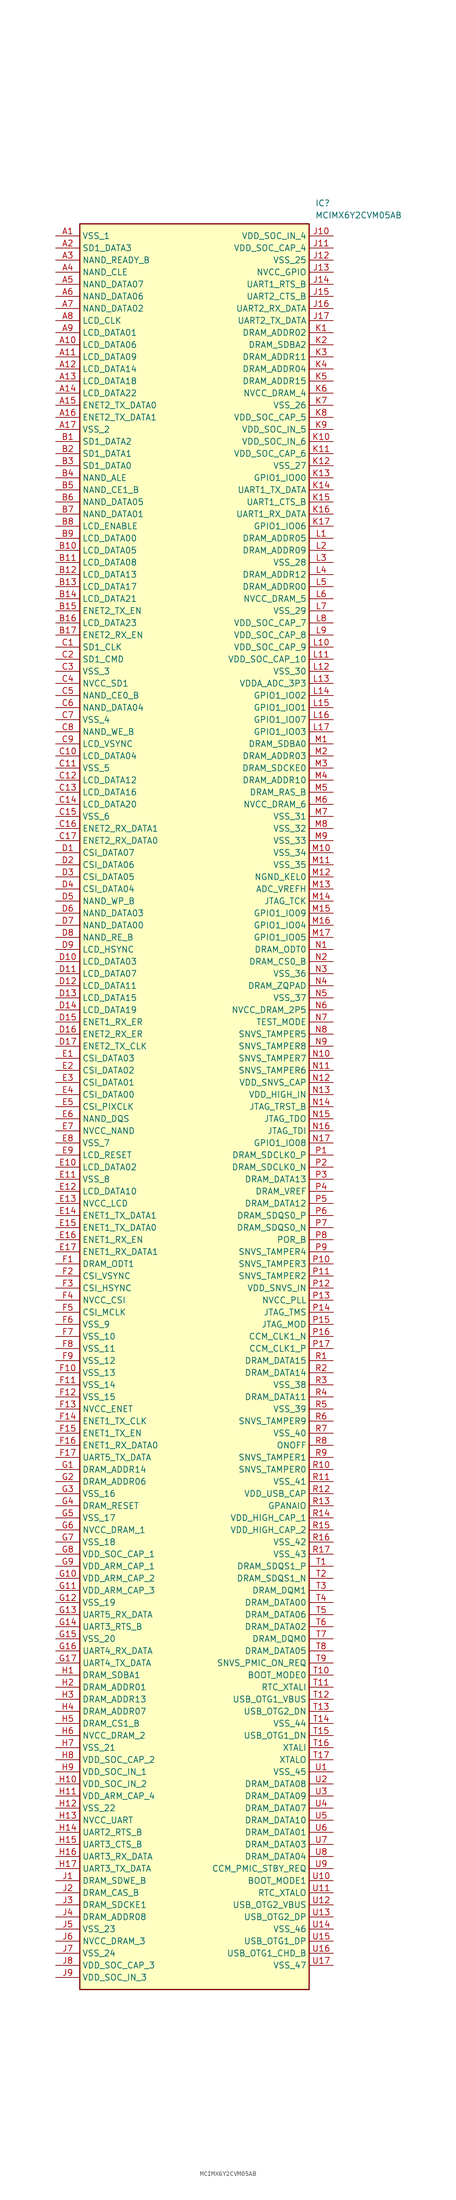
<source format=kicad_sym>
(kicad_symbol_lib
  (version 20241209)
  (generator "kicad_symbol_editor")
  (generator_version "9.0")
  (symbol "MCIMX6Y2CVM05AB"
    (property "Reference" "IC"
      (at 54.61 7.62 0)
      (effects (font (size 1.27 1.27)) (justify left top)))
    (property "Value" "MCIMX6Y2CVM05AB"
      (at 54.61 5.08 0)
      (effects (font (size 1.27 1.27)) (justify left top)))
    (symbol "MCIMX6Y2CVM05AB_1_1"
      (rectangle (start 5.08 2.54) (end 53.34 -368.3) (stroke (width 0.254) (type default)) (fill (type background)))
      (pin passive line (at 0 0 0) (length 5.08) (name "VSS_1" (effects (font (size 1.27 1.27)))) (number "A1" (effects (font (size 1.27 1.27)))))
      (pin passive line (at 0 -2.54 0) (length 5.08) (name "SD1_DATA3" (effects (font (size 1.27 1.27)))) (number "A2" (effects (font (size 1.27 1.27)))))
      (pin passive line (at 0 -5.08 0) (length 5.08) (name "NAND_READY_B" (effects (font (size 1.27 1.27)))) (number "A3" (effects (font (size 1.27 1.27)))))
      (pin passive line (at 0 -7.62 0) (length 5.08) (name "NAND_CLE" (effects (font (size 1.27 1.27)))) (number "A4" (effects (font (size 1.27 1.27)))))
      (pin passive line (at 0 -10.16 0) (length 5.08) (name "NAND_DATA07" (effects (font (size 1.27 1.27)))) (number "A5" (effects (font (size 1.27 1.27)))))
      (pin passive line (at 0 -12.7 0) (length 5.08) (name "NAND_DATA06" (effects (font (size 1.27 1.27)))) (number "A6" (effects (font (size 1.27 1.27)))))
      (pin passive line (at 0 -15.24 0) (length 5.08) (name "NAND_DATA02" (effects (font (size 1.27 1.27)))) (number "A7" (effects (font (size 1.27 1.27)))))
      (pin passive line (at 0 -17.78 0) (length 5.08) (name "LCD_CLK" (effects (font (size 1.27 1.27)))) (number "A8" (effects (font (size 1.27 1.27)))))
      (pin passive line (at 0 -20.32 0) (length 5.08) (name "LCD_DATA01" (effects (font (size 1.27 1.27)))) (number "A9" (effects (font (size 1.27 1.27)))))
      (pin passive line (at 0 -22.86 0) (length 5.08) (name "LCD_DATA06" (effects (font (size 1.27 1.27)))) (number "A10" (effects (font (size 1.27 1.27)))))
      (pin passive line (at 0 -25.4 0) (length 5.08) (name "LCD_DATA09" (effects (font (size 1.27 1.27)))) (number "A11" (effects (font (size 1.27 1.27)))))
      (pin passive line (at 0 -27.94 0) (length 5.08) (name "LCD_DATA14" (effects (font (size 1.27 1.27)))) (number "A12" (effects (font (size 1.27 1.27)))))
      (pin passive line (at 0 -30.48 0) (length 5.08) (name "LCD_DATA18" (effects (font (size 1.27 1.27)))) (number "A13" (effects (font (size 1.27 1.27)))))
      (pin passive line (at 0 -33.02 0) (length 5.08) (name "LCD_DATA22" (effects (font (size 1.27 1.27)))) (number "A14" (effects (font (size 1.27 1.27)))))
      (pin passive line (at 0 -35.56 0) (length 5.08) (name "ENET2_TX_DATA0" (effects (font (size 1.27 1.27)))) (number "A15" (effects (font (size 1.27 1.27)))))
      (pin passive line (at 0 -38.1 0) (length 5.08) (name "ENET2_TX_DATA1" (effects (font (size 1.27 1.27)))) (number "A16" (effects (font (size 1.27 1.27)))))
      (pin passive line (at 0 -40.64 0) (length 5.08) (name "VSS_2" (effects (font (size 1.27 1.27)))) (number "A17" (effects (font (size 1.27 1.27)))))
      (pin passive line (at 0 -43.18 0) (length 5.08) (name "SD1_DATA2" (effects (font (size 1.27 1.27)))) (number "B1" (effects (font (size 1.27 1.27)))))
      (pin passive line (at 0 -45.72 0) (length 5.08) (name "SD1_DATA1" (effects (font (size 1.27 1.27)))) (number "B2" (effects (font (size 1.27 1.27)))))
      (pin passive line (at 0 -48.26 0) (length 5.08) (name "SD1_DATA0" (effects (font (size 1.27 1.27)))) (number "B3" (effects (font (size 1.27 1.27)))))
      (pin passive line (at 0 -50.8 0) (length 5.08) (name "NAND_ALE" (effects (font (size 1.27 1.27)))) (number "B4" (effects (font (size 1.27 1.27)))))
      (pin passive line (at 0 -53.34 0) (length 5.08) (name "NAND_CE1_B" (effects (font (size 1.27 1.27)))) (number "B5" (effects (font (size 1.27 1.27)))))
      (pin passive line (at 0 -55.88 0) (length 5.08) (name "NAND_DATA05" (effects (font (size 1.27 1.27)))) (number "B6" (effects (font (size 1.27 1.27)))))
      (pin passive line (at 0 -58.42 0) (length 5.08) (name "NAND_DATA01" (effects (font (size 1.27 1.27)))) (number "B7" (effects (font (size 1.27 1.27)))))
      (pin passive line (at 0 -60.96 0) (length 5.08) (name "LCD_ENABLE" (effects (font (size 1.27 1.27)))) (number "B8" (effects (font (size 1.27 1.27)))))
      (pin passive line (at 0 -63.5 0) (length 5.08) (name "LCD_DATA00" (effects (font (size 1.27 1.27)))) (number "B9" (effects (font (size 1.27 1.27)))))
      (pin passive line (at 0 -66.04 0) (length 5.08) (name "LCD_DATA05" (effects (font (size 1.27 1.27)))) (number "B10" (effects (font (size 1.27 1.27)))))
      (pin passive line (at 0 -68.58 0) (length 5.08) (name "LCD_DATA08" (effects (font (size 1.27 1.27)))) (number "B11" (effects (font (size 1.27 1.27)))))
      (pin passive line (at 0 -71.12 0) (length 5.08) (name "LCD_DATA13" (effects (font (size 1.27 1.27)))) (number "B12" (effects (font (size 1.27 1.27)))))
      (pin passive line (at 0 -73.66 0) (length 5.08) (name "LCD_DATA17" (effects (font (size 1.27 1.27)))) (number "B13" (effects (font (size 1.27 1.27)))))
      (pin passive line (at 0 -76.2 0) (length 5.08) (name "LCD_DATA21" (effects (font (size 1.27 1.27)))) (number "B14" (effects (font (size 1.27 1.27)))))
      (pin passive line (at 0 -78.74 0) (length 5.08) (name "ENET2_TX_EN" (effects (font (size 1.27 1.27)))) (number "B15" (effects (font (size 1.27 1.27)))))
      (pin passive line (at 0 -81.28 0) (length 5.08) (name "LCD_DATA23" (effects (font (size 1.27 1.27)))) (number "B16" (effects (font (size 1.27 1.27)))))
      (pin passive line (at 0 -83.82 0) (length 5.08) (name "ENET2_RX_EN" (effects (font (size 1.27 1.27)))) (number "B17" (effects (font (size 1.27 1.27)))))
      (pin passive line (at 0 -86.36 0) (length 5.08) (name "SD1_CLK" (effects (font (size 1.27 1.27)))) (number "C1" (effects (font (size 1.27 1.27)))))
      (pin passive line (at 0 -88.9 0) (length 5.08) (name "SD1_CMD" (effects (font (size 1.27 1.27)))) (number "C2" (effects (font (size 1.27 1.27)))))
      (pin passive line (at 0 -91.44 0) (length 5.08) (name "VSS_3" (effects (font (size 1.27 1.27)))) (number "C3" (effects (font (size 1.27 1.27)))))
      (pin passive line (at 0 -93.98 0) (length 5.08) (name "NVCC_SD1" (effects (font (size 1.27 1.27)))) (number "C4" (effects (font (size 1.27 1.27)))))
      (pin passive line (at 0 -96.52 0) (length 5.08) (name "NAND_CE0_B" (effects (font (size 1.27 1.27)))) (number "C5" (effects (font (size 1.27 1.27)))))
      (pin passive line (at 0 -99.06 0) (length 5.08) (name "NAND_DATA04" (effects (font (size 1.27 1.27)))) (number "C6" (effects (font (size 1.27 1.27)))))
      (pin passive line (at 0 -101.6 0) (length 5.08) (name "VSS_4" (effects (font (size 1.27 1.27)))) (number "C7" (effects (font (size 1.27 1.27)))))
      (pin passive line (at 0 -104.14 0) (length 5.08) (name "NAND_WE_B" (effects (font (size 1.27 1.27)))) (number "C8" (effects (font (size 1.27 1.27)))))
      (pin passive line (at 0 -106.68 0) (length 5.08) (name "LCD_VSYNC" (effects (font (size 1.27 1.27)))) (number "C9" (effects (font (size 1.27 1.27)))))
      (pin passive line (at 0 -109.22 0) (length 5.08) (name "LCD_DATA04" (effects (font (size 1.27 1.27)))) (number "C10" (effects (font (size 1.27 1.27)))))
      (pin passive line (at 0 -111.76 0) (length 5.08) (name "VSS_5" (effects (font (size 1.27 1.27)))) (number "C11" (effects (font (size 1.27 1.27)))))
      (pin passive line (at 0 -114.3 0) (length 5.08) (name "LCD_DATA12" (effects (font (size 1.27 1.27)))) (number "C12" (effects (font (size 1.27 1.27)))))
      (pin passive line (at 0 -116.84 0) (length 5.08) (name "LCD_DATA16" (effects (font (size 1.27 1.27)))) (number "C13" (effects (font (size 1.27 1.27)))))
      (pin passive line (at 0 -119.38 0) (length 5.08) (name "LCD_DATA20" (effects (font (size 1.27 1.27)))) (number "C14" (effects (font (size 1.27 1.27)))))
      (pin passive line (at 0 -121.92 0) (length 5.08) (name "VSS_6" (effects (font (size 1.27 1.27)))) (number "C15" (effects (font (size 1.27 1.27)))))
      (pin passive line (at 0 -124.46 0) (length 5.08) (name "ENET2_RX_DATA1" (effects (font (size 1.27 1.27)))) (number "C16" (effects (font (size 1.27 1.27)))))
      (pin passive line (at 0 -127 0) (length 5.08) (name "ENET2_RX_DATA0" (effects (font (size 1.27 1.27)))) (number "C17" (effects (font (size 1.27 1.27)))))
      (pin passive line (at 0 -129.54 0) (length 5.08) (name "CSI_DATA07" (effects (font (size 1.27 1.27)))) (number "D1" (effects (font (size 1.27 1.27)))))
      (pin passive line (at 0 -132.08 0) (length 5.08) (name "CSI_DATA06" (effects (font (size 1.27 1.27)))) (number "D2" (effects (font (size 1.27 1.27)))))
      (pin passive line (at 0 -134.62 0) (length 5.08) (name "CSI_DATA05" (effects (font (size 1.27 1.27)))) (number "D3" (effects (font (size 1.27 1.27)))))
      (pin passive line (at 0 -137.16 0) (length 5.08) (name "CSI_DATA04" (effects (font (size 1.27 1.27)))) (number "D4" (effects (font (size 1.27 1.27)))))
      (pin passive line (at 0 -139.7 0) (length 5.08) (name "NAND_WP_B" (effects (font (size 1.27 1.27)))) (number "D5" (effects (font (size 1.27 1.27)))))
      (pin passive line (at 0 -142.24 0) (length 5.08) (name "NAND_DATA03" (effects (font (size 1.27 1.27)))) (number "D6" (effects (font (size 1.27 1.27)))))
      (pin passive line (at 0 -144.78 0) (length 5.08) (name "NAND_DATA00" (effects (font (size 1.27 1.27)))) (number "D7" (effects (font (size 1.27 1.27)))))
      (pin passive line (at 0 -147.32 0) (length 5.08) (name "NAND_RE_B" (effects (font (size 1.27 1.27)))) (number "D8" (effects (font (size 1.27 1.27)))))
      (pin passive line (at 0 -149.86 0) (length 5.08) (name "LCD_HSYNC" (effects (font (size 1.27 1.27)))) (number "D9" (effects (font (size 1.27 1.27)))))
      (pin passive line (at 0 -152.4 0) (length 5.08) (name "LCD_DATA03" (effects (font (size 1.27 1.27)))) (number "D10" (effects (font (size 1.27 1.27)))))
      (pin passive line (at 0 -154.94 0) (length 5.08) (name "LCD_DATA07" (effects (font (size 1.27 1.27)))) (number "D11" (effects (font (size 1.27 1.27)))))
      (pin passive line (at 0 -157.48 0) (length 5.08) (name "LCD_DATA11" (effects (font (size 1.27 1.27)))) (number "D12" (effects (font (size 1.27 1.27)))))
      (pin passive line (at 0 -160.02 0) (length 5.08) (name "LCD_DATA15" (effects (font (size 1.27 1.27)))) (number "D13" (effects (font (size 1.27 1.27)))))
      (pin passive line (at 0 -162.56 0) (length 5.08) (name "LCD_DATA19" (effects (font (size 1.27 1.27)))) (number "D14" (effects (font (size 1.27 1.27)))))
      (pin passive line (at 0 -165.1 0) (length 5.08) (name "ENET1_RX_ER" (effects (font (size 1.27 1.27)))) (number "D15" (effects (font (size 1.27 1.27)))))
      (pin passive line (at 0 -167.64 0) (length 5.08) (name "ENET2_RX_ER" (effects (font (size 1.27 1.27)))) (number "D16" (effects (font (size 1.27 1.27)))))
      (pin passive line (at 0 -170.18 0) (length 5.08) (name "ENET2_TX_CLK" (effects (font (size 1.27 1.27)))) (number "D17" (effects (font (size 1.27 1.27)))))
      (pin passive line (at 0 -172.72 0) (length 5.08) (name "CSI_DATA03" (effects (font (size 1.27 1.27)))) (number "E1" (effects (font (size 1.27 1.27)))))
      (pin passive line (at 0 -175.26 0) (length 5.08) (name "CSI_DATA02" (effects (font (size 1.27 1.27)))) (number "E2" (effects (font (size 1.27 1.27)))))
      (pin passive line (at 0 -177.8 0) (length 5.08) (name "CSI_DATA01" (effects (font (size 1.27 1.27)))) (number "E3" (effects (font (size 1.27 1.27)))))
      (pin passive line (at 0 -180.34 0) (length 5.08) (name "CSI_DATA00" (effects (font (size 1.27 1.27)))) (number "E4" (effects (font (size 1.27 1.27)))))
      (pin passive line (at 0 -182.88 0) (length 5.08) (name "CSI_PIXCLK" (effects (font (size 1.27 1.27)))) (number "E5" (effects (font (size 1.27 1.27)))))
      (pin passive line (at 0 -185.42 0) (length 5.08) (name "NAND_DQS" (effects (font (size 1.27 1.27)))) (number "E6" (effects (font (size 1.27 1.27)))))
      (pin passive line (at 0 -187.96 0) (length 5.08) (name "NVCC_NAND" (effects (font (size 1.27 1.27)))) (number "E7" (effects (font (size 1.27 1.27)))))
      (pin passive line (at 0 -190.5 0) (length 5.08) (name "VSS_7" (effects (font (size 1.27 1.27)))) (number "E8" (effects (font (size 1.27 1.27)))))
      (pin passive line (at 0 -193.04 0) (length 5.08) (name "LCD_RESET" (effects (font (size 1.27 1.27)))) (number "E9" (effects (font (size 1.27 1.27)))))
      (pin passive line (at 0 -195.58 0) (length 5.08) (name "LCD_DATA02" (effects (font (size 1.27 1.27)))) (number "E10" (effects (font (size 1.27 1.27)))))
      (pin passive line (at 0 -198.12 0) (length 5.08) (name "VSS_8" (effects (font (size 1.27 1.27)))) (number "E11" (effects (font (size 1.27 1.27)))))
      (pin passive line (at 0 -200.66 0) (length 5.08) (name "LCD_DATA10" (effects (font (size 1.27 1.27)))) (number "E12" (effects (font (size 1.27 1.27)))))
      (pin passive line (at 0 -203.2 0) (length 5.08) (name "NVCC_LCD" (effects (font (size 1.27 1.27)))) (number "E13" (effects (font (size 1.27 1.27)))))
      (pin passive line (at 0 -205.74 0) (length 5.08) (name "ENET1_TX_DATA1" (effects (font (size 1.27 1.27)))) (number "E14" (effects (font (size 1.27 1.27)))))
      (pin passive line (at 0 -208.28 0) (length 5.08) (name "ENET1_TX_DATA0" (effects (font (size 1.27 1.27)))) (number "E15" (effects (font (size 1.27 1.27)))))
      (pin passive line (at 0 -210.82 0) (length 5.08) (name "ENET1_RX_EN" (effects (font (size 1.27 1.27)))) (number "E16" (effects (font (size 1.27 1.27)))))
      (pin passive line (at 0 -213.36 0) (length 5.08) (name "ENET1_RX_DATA1" (effects (font (size 1.27 1.27)))) (number "E17" (effects (font (size 1.27 1.27)))))
      (pin passive line (at 0 -215.9 0) (length 5.08) (name "DRAM_ODT1" (effects (font (size 1.27 1.27)))) (number "F1" (effects (font (size 1.27 1.27)))))
      (pin passive line (at 0 -218.44 0) (length 5.08) (name "CSI_VSYNC" (effects (font (size 1.27 1.27)))) (number "F2" (effects (font (size 1.27 1.27)))))
      (pin passive line (at 0 -220.98 0) (length 5.08) (name "CSI_HSYNC" (effects (font (size 1.27 1.27)))) (number "F3" (effects (font (size 1.27 1.27)))))
      (pin passive line (at 0 -223.52 0) (length 5.08) (name "NVCC_CSI" (effects (font (size 1.27 1.27)))) (number "F4" (effects (font (size 1.27 1.27)))))
      (pin passive line (at 0 -226.06 0) (length 5.08) (name "CSI_MCLK" (effects (font (size 1.27 1.27)))) (number "F5" (effects (font (size 1.27 1.27)))))
      (pin passive line (at 0 -228.6 0) (length 5.08) (name "VSS_9" (effects (font (size 1.27 1.27)))) (number "F6" (effects (font (size 1.27 1.27)))))
      (pin passive line (at 0 -231.14 0) (length 5.08) (name "VSS_10" (effects (font (size 1.27 1.27)))) (number "F7" (effects (font (size 1.27 1.27)))))
      (pin passive line (at 0 -233.68 0) (length 5.08) (name "VSS_11" (effects (font (size 1.27 1.27)))) (number "F8" (effects (font (size 1.27 1.27)))))
      (pin passive line (at 0 -236.22 0) (length 5.08) (name "VSS_12" (effects (font (size 1.27 1.27)))) (number "F9" (effects (font (size 1.27 1.27)))))
      (pin passive line (at 0 -238.76 0) (length 5.08) (name "VSS_13" (effects (font (size 1.27 1.27)))) (number "F10" (effects (font (size 1.27 1.27)))))
      (pin passive line (at 0 -241.3 0) (length 5.08) (name "VSS_14" (effects (font (size 1.27 1.27)))) (number "F11" (effects (font (size 1.27 1.27)))))
      (pin passive line (at 0 -243.84 0) (length 5.08) (name "VSS_15" (effects (font (size 1.27 1.27)))) (number "F12" (effects (font (size 1.27 1.27)))))
      (pin passive line (at 0 -246.38 0) (length 5.08) (name "NVCC_ENET" (effects (font (size 1.27 1.27)))) (number "F13" (effects (font (size 1.27 1.27)))))
      (pin passive line (at 0 -248.92 0) (length 5.08) (name "ENET1_TX_CLK" (effects (font (size 1.27 1.27)))) (number "F14" (effects (font (size 1.27 1.27)))))
      (pin passive line (at 0 -251.46 0) (length 5.08) (name "ENET1_TX_EN" (effects (font (size 1.27 1.27)))) (number "F15" (effects (font (size 1.27 1.27)))))
      (pin passive line (at 0 -254 0) (length 5.08) (name "ENET1_RX_DATA0" (effects (font (size 1.27 1.27)))) (number "F16" (effects (font (size 1.27 1.27)))))
      (pin passive line (at 0 -256.54 0) (length 5.08) (name "UART5_TX_DATA" (effects (font (size 1.27 1.27)))) (number "F17" (effects (font (size 1.27 1.27)))))
      (pin passive line (at 0 -259.08 0) (length 5.08) (name "DRAM_ADDR14" (effects (font (size 1.27 1.27)))) (number "G1" (effects (font (size 1.27 1.27)))))
      (pin passive line (at 0 -261.62 0) (length 5.08) (name "DRAM_ADDR06" (effects (font (size 1.27 1.27)))) (number "G2" (effects (font (size 1.27 1.27)))))
      (pin passive line (at 0 -264.16 0) (length 5.08) (name "VSS_16" (effects (font (size 1.27 1.27)))) (number "G3" (effects (font (size 1.27 1.27)))))
      (pin passive line (at 0 -266.7 0) (length 5.08) (name "DRAM_RESET" (effects (font (size 1.27 1.27)))) (number "G4" (effects (font (size 1.27 1.27)))))
      (pin passive line (at 0 -269.24 0) (length 5.08) (name "VSS_17" (effects (font (size 1.27 1.27)))) (number "G5" (effects (font (size 1.27 1.27)))))
      (pin passive line (at 0 -271.78 0) (length 5.08) (name "NVCC_DRAM_1" (effects (font (size 1.27 1.27)))) (number "G6" (effects (font (size 1.27 1.27)))))
      (pin passive line (at 0 -274.32 0) (length 5.08) (name "VSS_18" (effects (font (size 1.27 1.27)))) (number "G7" (effects (font (size 1.27 1.27)))))
      (pin passive line (at 0 -276.86 0) (length 5.08) (name "VDD_SOC_CAP_1" (effects (font (size 1.27 1.27)))) (number "G8" (effects (font (size 1.27 1.27)))))
      (pin passive line (at 0 -279.4 0) (length 5.08) (name "VDD_ARM_CAP_1" (effects (font (size 1.27 1.27)))) (number "G9" (effects (font (size 1.27 1.27)))))
      (pin passive line (at 0 -281.94 0) (length 5.08) (name "VDD_ARM_CAP_2" (effects (font (size 1.27 1.27)))) (number "G10" (effects (font (size 1.27 1.27)))))
      (pin passive line (at 0 -284.48 0) (length 5.08) (name "VDD_ARM_CAP_3" (effects (font (size 1.27 1.27)))) (number "G11" (effects (font (size 1.27 1.27)))))
      (pin passive line (at 0 -287.02 0) (length 5.08) (name "VSS_19" (effects (font (size 1.27 1.27)))) (number "G12" (effects (font (size 1.27 1.27)))))
      (pin passive line (at 0 -289.56 0) (length 5.08) (name "UART5_RX_DATA" (effects (font (size 1.27 1.27)))) (number "G13" (effects (font (size 1.27 1.27)))))
      (pin passive line (at 0 -292.1 0) (length 5.08) (name "UART3_RTS_B" (effects (font (size 1.27 1.27)))) (number "G14" (effects (font (size 1.27 1.27)))))
      (pin passive line (at 0 -294.64 0) (length 5.08) (name "VSS_20" (effects (font (size 1.27 1.27)))) (number "G15" (effects (font (size 1.27 1.27)))))
      (pin passive line (at 0 -297.18 0) (length 5.08) (name "UART4_RX_DATA" (effects (font (size 1.27 1.27)))) (number "G16" (effects (font (size 1.27 1.27)))))
      (pin passive line (at 0 -299.72 0) (length 5.08) (name "UART4_TX_DATA" (effects (font (size 1.27 1.27)))) (number "G17" (effects (font (size 1.27 1.27)))))
      (pin passive line (at 0 -302.26 0) (length 5.08) (name "DRAM_SDBA1" (effects (font (size 1.27 1.27)))) (number "H1" (effects (font (size 1.27 1.27)))))
      (pin passive line (at 0 -304.8 0) (length 5.08) (name "DRAM_ADDR01" (effects (font (size 1.27 1.27)))) (number "H2" (effects (font (size 1.27 1.27)))))
      (pin passive line (at 0 -307.34 0) (length 5.08) (name "DRAM_ADDR13" (effects (font (size 1.27 1.27)))) (number "H3" (effects (font (size 1.27 1.27)))))
      (pin passive line (at 0 -309.88 0) (length 5.08) (name "DRAM_ADDR07" (effects (font (size 1.27 1.27)))) (number "H4" (effects (font (size 1.27 1.27)))))
      (pin passive line (at 0 -312.42 0) (length 5.08) (name "DRAM_CS1_B" (effects (font (size 1.27 1.27)))) (number "H5" (effects (font (size 1.27 1.27)))))
      (pin passive line (at 0 -314.96 0) (length 5.08) (name "NVCC_DRAM_2" (effects (font (size 1.27 1.27)))) (number "H6" (effects (font (size 1.27 1.27)))))
      (pin passive line (at 0 -317.5 0) (length 5.08) (name "VSS_21" (effects (font (size 1.27 1.27)))) (number "H7" (effects (font (size 1.27 1.27)))))
      (pin passive line (at 0 -320.04 0) (length 5.08) (name "VDD_SOC_CAP_2" (effects (font (size 1.27 1.27)))) (number "H8" (effects (font (size 1.27 1.27)))))
      (pin passive line (at 0 -322.58 0) (length 5.08) (name "VDD_SOC_IN_1" (effects (font (size 1.27 1.27)))) (number "H9" (effects (font (size 1.27 1.27)))))
      (pin passive line (at 0 -325.12 0) (length 5.08) (name "VDD_SOC_IN_2" (effects (font (size 1.27 1.27)))) (number "H10" (effects (font (size 1.27 1.27)))))
      (pin passive line (at 0 -327.66 0) (length 5.08) (name "VDD_ARM_CAP_4" (effects (font (size 1.27 1.27)))) (number "H11" (effects (font (size 1.27 1.27)))))
      (pin passive line (at 0 -330.2 0) (length 5.08) (name "VSS_22" (effects (font (size 1.27 1.27)))) (number "H12" (effects (font (size 1.27 1.27)))))
      (pin passive line (at 0 -332.74 0) (length 5.08) (name "NVCC_UART" (effects (font (size 1.27 1.27)))) (number "H13" (effects (font (size 1.27 1.27)))))
      (pin passive line (at 0 -335.28 0) (length 5.08) (name "UART2_RTS_B" (effects (font (size 1.27 1.27)))) (number "H14" (effects (font (size 1.27 1.27)))))
      (pin passive line (at 0 -337.82 0) (length 5.08) (name "UART3_CTS_B" (effects (font (size 1.27 1.27)))) (number "H15" (effects (font (size 1.27 1.27)))))
      (pin passive line (at 0 -340.36 0) (length 5.08) (name "UART3_RX_DATA" (effects (font (size 1.27 1.27)))) (number "H16" (effects (font (size 1.27 1.27)))))
      (pin passive line (at 0 -342.9 0) (length 5.08) (name "UART3_TX_DATA" (effects (font (size 1.27 1.27)))) (number "H17" (effects (font (size 1.27 1.27)))))
      (pin passive line (at 0 -345.44 0) (length 5.08) (name "DRAM_SDWE_B" (effects (font (size 1.27 1.27)))) (number "J1" (effects (font (size 1.27 1.27)))))
      (pin passive line (at 0 -347.98 0) (length 5.08) (name "DRAM_CAS_B" (effects (font (size 1.27 1.27)))) (number "J2" (effects (font (size 1.27 1.27)))))
      (pin passive line (at 0 -350.52 0) (length 5.08) (name "DRAM_SDCKE1" (effects (font (size 1.27 1.27)))) (number "J3" (effects (font (size 1.27 1.27)))))
      (pin passive line (at 0 -353.06 0) (length 5.08) (name "DRAM_ADDR08" (effects (font (size 1.27 1.27)))) (number "J4" (effects (font (size 1.27 1.27)))))
      (pin passive line (at 0 -355.6 0) (length 5.08) (name "VSS_23" (effects (font (size 1.27 1.27)))) (number "J5" (effects (font (size 1.27 1.27)))))
      (pin passive line (at 0 -358.14 0) (length 5.08) (name "NVCC_DRAM_3" (effects (font (size 1.27 1.27)))) (number "J6" (effects (font (size 1.27 1.27)))))
      (pin passive line (at 0 -360.68 0) (length 5.08) (name "VSS_24" (effects (font (size 1.27 1.27)))) (number "J7" (effects (font (size 1.27 1.27)))))
      (pin passive line (at 0 -363.22 0) (length 5.08) (name "VDD_SOC_CAP_3" (effects (font (size 1.27 1.27)))) (number "J8" (effects (font (size 1.27 1.27)))))
      (pin passive line (at 0 -365.76 0) (length 5.08) (name "VDD_SOC_IN_3" (effects (font (size 1.27 1.27)))) (number "J9" (effects (font (size 1.27 1.27)))))
      (pin passive line (at 58.42 0 180) (length 5.08) (name "VDD_SOC_IN_4" (effects (font (size 1.27 1.27)))) (number "J10" (effects (font (size 1.27 1.27)))))
      (pin passive line (at 58.42 -2.54 180) (length 5.08) (name "VDD_SOC_CAP_4" (effects (font (size 1.27 1.27)))) (number "J11" (effects (font (size 1.27 1.27)))))
      (pin passive line (at 58.42 -5.08 180) (length 5.08) (name "VSS_25" (effects (font (size 1.27 1.27)))) (number "J12" (effects (font (size 1.27 1.27)))))
      (pin passive line (at 58.42 -7.62 180) (length 5.08) (name "NVCC_GPIO" (effects (font (size 1.27 1.27)))) (number "J13" (effects (font (size 1.27 1.27)))))
      (pin passive line (at 58.42 -10.16 180) (length 5.08) (name "UART1_RTS_B" (effects (font (size 1.27 1.27)))) (number "J14" (effects (font (size 1.27 1.27)))))
      (pin passive line (at 58.42 -12.7 180) (length 5.08) (name "UART2_CTS_B" (effects (font (size 1.27 1.27)))) (number "J15" (effects (font (size 1.27 1.27)))))
      (pin passive line (at 58.42 -15.24 180) (length 5.08) (name "UART2_RX_DATA" (effects (font (size 1.27 1.27)))) (number "J16" (effects (font (size 1.27 1.27)))))
      (pin passive line (at 58.42 -17.78 180) (length 5.08) (name "UART2_TX_DATA" (effects (font (size 1.27 1.27)))) (number "J17" (effects (font (size 1.27 1.27)))))
      (pin passive line (at 58.42 -20.32 180) (length 5.08) (name "DRAM_ADDR02" (effects (font (size 1.27 1.27)))) (number "K1" (effects (font (size 1.27 1.27)))))
      (pin passive line (at 58.42 -22.86 180) (length 5.08) (name "DRAM_SDBA2" (effects (font (size 1.27 1.27)))) (number "K2" (effects (font (size 1.27 1.27)))))
      (pin passive line (at 58.42 -25.4 180) (length 5.08) (name "DRAM_ADDR11" (effects (font (size 1.27 1.27)))) (number "K3" (effects (font (size 1.27 1.27)))))
      (pin passive line (at 58.42 -27.94 180) (length 5.08) (name "DRAM_ADDR04" (effects (font (size 1.27 1.27)))) (number "K4" (effects (font (size 1.27 1.27)))))
      (pin passive line (at 58.42 -30.48 180) (length 5.08) (name "DRAM_ADDR15" (effects (font (size 1.27 1.27)))) (number "K5" (effects (font (size 1.27 1.27)))))
      (pin passive line (at 58.42 -33.02 180) (length 5.08) (name "NVCC_DRAM_4" (effects (font (size 1.27 1.27)))) (number "K6" (effects (font (size 1.27 1.27)))))
      (pin passive line (at 58.42 -35.56 180) (length 5.08) (name "VSS_26" (effects (font (size 1.27 1.27)))) (number "K7" (effects (font (size 1.27 1.27)))))
      (pin passive line (at 58.42 -38.1 180) (length 5.08) (name "VDD_SOC_CAP_5" (effects (font (size 1.27 1.27)))) (number "K8" (effects (font (size 1.27 1.27)))))
      (pin passive line (at 58.42 -40.64 180) (length 5.08) (name "VDD_SOC_IN_5" (effects (font (size 1.27 1.27)))) (number "K9" (effects (font (size 1.27 1.27)))))
      (pin passive line (at 58.42 -43.18 180) (length 5.08) (name "VDD_SOC_IN_6" (effects (font (size 1.27 1.27)))) (number "K10" (effects (font (size 1.27 1.27)))))
      (pin passive line (at 58.42 -45.72 180) (length 5.08) (name "VDD_SOC_CAP_6" (effects (font (size 1.27 1.27)))) (number "K11" (effects (font (size 1.27 1.27)))))
      (pin passive line (at 58.42 -48.26 180) (length 5.08) (name "VSS_27" (effects (font (size 1.27 1.27)))) (number "K12" (effects (font (size 1.27 1.27)))))
      (pin passive line (at 58.42 -50.8 180) (length 5.08) (name "GPIO1_IO00" (effects (font (size 1.27 1.27)))) (number "K13" (effects (font (size 1.27 1.27)))))
      (pin passive line (at 58.42 -53.34 180) (length 5.08) (name "UART1_TX_DATA" (effects (font (size 1.27 1.27)))) (number "K14" (effects (font (size 1.27 1.27)))))
      (pin passive line (at 58.42 -55.88 180) (length 5.08) (name "UART1_CTS_B" (effects (font (size 1.27 1.27)))) (number "K15" (effects (font (size 1.27 1.27)))))
      (pin passive line (at 58.42 -58.42 180) (length 5.08) (name "UART1_RX_DATA" (effects (font (size 1.27 1.27)))) (number "K16" (effects (font (size 1.27 1.27)))))
      (pin passive line (at 58.42 -60.96 180) (length 5.08) (name "GPIO1_IO06" (effects (font (size 1.27 1.27)))) (number "K17" (effects (font (size 1.27 1.27)))))
      (pin passive line (at 58.42 -63.5 180) (length 5.08) (name "DRAM_ADDR05" (effects (font (size 1.27 1.27)))) (number "L1" (effects (font (size 1.27 1.27)))))
      (pin passive line (at 58.42 -66.04 180) (length 5.08) (name "DRAM_ADDR09" (effects (font (size 1.27 1.27)))) (number "L2" (effects (font (size 1.27 1.27)))))
      (pin passive line (at 58.42 -68.58 180) (length 5.08) (name "VSS_28" (effects (font (size 1.27 1.27)))) (number "L3" (effects (font (size 1.27 1.27)))))
      (pin passive line (at 58.42 -71.12 180) (length 5.08) (name "DRAM_ADDR12" (effects (font (size 1.27 1.27)))) (number "L4" (effects (font (size 1.27 1.27)))))
      (pin passive line (at 58.42 -73.66 180) (length 5.08) (name "DRAM_ADDR00" (effects (font (size 1.27 1.27)))) (number "L5" (effects (font (size 1.27 1.27)))))
      (pin passive line (at 58.42 -76.2 180) (length 5.08) (name "NVCC_DRAM_5" (effects (font (size 1.27 1.27)))) (number "L6" (effects (font (size 1.27 1.27)))))
      (pin passive line (at 58.42 -78.74 180) (length 5.08) (name "VSS_29" (effects (font (size 1.27 1.27)))) (number "L7" (effects (font (size 1.27 1.27)))))
      (pin passive line (at 58.42 -81.28 180) (length 5.08) (name "VDD_SOC_CAP_7" (effects (font (size 1.27 1.27)))) (number "L8" (effects (font (size 1.27 1.27)))))
      (pin passive line (at 58.42 -83.82 180) (length 5.08) (name "VDD_SOC_CAP_8" (effects (font (size 1.27 1.27)))) (number "L9" (effects (font (size 1.27 1.27)))))
      (pin passive line (at 58.42 -86.36 180) (length 5.08) (name "VDD_SOC_CAP_9" (effects (font (size 1.27 1.27)))) (number "L10" (effects (font (size 1.27 1.27)))))
      (pin passive line (at 58.42 -88.9 180) (length 5.08) (name "VDD_SOC_CAP_10" (effects (font (size 1.27 1.27)))) (number "L11" (effects (font (size 1.27 1.27)))))
      (pin passive line (at 58.42 -91.44 180) (length 5.08) (name "VSS_30" (effects (font (size 1.27 1.27)))) (number "L12" (effects (font (size 1.27 1.27)))))
      (pin passive line (at 58.42 -93.98 180) (length 5.08) (name "VDDA_ADC_3P3" (effects (font (size 1.27 1.27)))) (number "L13" (effects (font (size 1.27 1.27)))))
      (pin passive line (at 58.42 -96.52 180) (length 5.08) (name "GPIO1_IO02" (effects (font (size 1.27 1.27)))) (number "L14" (effects (font (size 1.27 1.27)))))
      (pin passive line (at 58.42 -99.06 180) (length 5.08) (name "GPIO1_IO01" (effects (font (size 1.27 1.27)))) (number "L15" (effects (font (size 1.27 1.27)))))
      (pin passive line (at 58.42 -101.6 180) (length 5.08) (name "GPIO1_IO07" (effects (font (size 1.27 1.27)))) (number "L16" (effects (font (size 1.27 1.27)))))
      (pin passive line (at 58.42 -104.14 180) (length 5.08) (name "GPIO1_IO03" (effects (font (size 1.27 1.27)))) (number "L17" (effects (font (size 1.27 1.27)))))
      (pin passive line (at 58.42 -106.68 180) (length 5.08) (name "DRAM_SDBA0" (effects (font (size 1.27 1.27)))) (number "M1" (effects (font (size 1.27 1.27)))))
      (pin passive line (at 58.42 -109.22 180) (length 5.08) (name "DRAM_ADDR03" (effects (font (size 1.27 1.27)))) (number "M2" (effects (font (size 1.27 1.27)))))
      (pin passive line (at 58.42 -111.76 180) (length 5.08) (name "DRAM_SDCKE0" (effects (font (size 1.27 1.27)))) (number "M3" (effects (font (size 1.27 1.27)))))
      (pin passive line (at 58.42 -114.3 180) (length 5.08) (name "DRAM_ADDR10" (effects (font (size 1.27 1.27)))) (number "M4" (effects (font (size 1.27 1.27)))))
      (pin passive line (at 58.42 -116.84 180) (length 5.08) (name "DRAM_RAS_B" (effects (font (size 1.27 1.27)))) (number "M5" (effects (font (size 1.27 1.27)))))
      (pin passive line (at 58.42 -119.38 180) (length 5.08) (name "NVCC_DRAM_6" (effects (font (size 1.27 1.27)))) (number "M6" (effects (font (size 1.27 1.27)))))
      (pin passive line (at 58.42 -121.92 180) (length 5.08) (name "VSS_31" (effects (font (size 1.27 1.27)))) (number "M7" (effects (font (size 1.27 1.27)))))
      (pin passive line (at 58.42 -124.46 180) (length 5.08) (name "VSS_32" (effects (font (size 1.27 1.27)))) (number "M8" (effects (font (size 1.27 1.27)))))
      (pin passive line (at 58.42 -127 180) (length 5.08) (name "VSS_33" (effects (font (size 1.27 1.27)))) (number "M9" (effects (font (size 1.27 1.27)))))
      (pin passive line (at 58.42 -129.54 180) (length 5.08) (name "VSS_34" (effects (font (size 1.27 1.27)))) (number "M10" (effects (font (size 1.27 1.27)))))
      (pin passive line (at 58.42 -132.08 180) (length 5.08) (name "VSS_35" (effects (font (size 1.27 1.27)))) (number "M11" (effects (font (size 1.27 1.27)))))
      (pin passive line (at 58.42 -134.62 180) (length 5.08) (name "NGND_KEL0" (effects (font (size 1.27 1.27)))) (number "M12" (effects (font (size 1.27 1.27)))))
      (pin passive line (at 58.42 -137.16 180) (length 5.08) (name "ADC_VREFH" (effects (font (size 1.27 1.27)))) (number "M13" (effects (font (size 1.27 1.27)))))
      (pin passive line (at 58.42 -139.7 180) (length 5.08) (name "JTAG_TCK" (effects (font (size 1.27 1.27)))) (number "M14" (effects (font (size 1.27 1.27)))))
      (pin passive line (at 58.42 -142.24 180) (length 5.08) (name "GPIO1_IO09" (effects (font (size 1.27 1.27)))) (number "M15" (effects (font (size 1.27 1.27)))))
      (pin passive line (at 58.42 -144.78 180) (length 5.08) (name "GPIO1_IO04" (effects (font (size 1.27 1.27)))) (number "M16" (effects (font (size 1.27 1.27)))))
      (pin passive line (at 58.42 -147.32 180) (length 5.08) (name "GPIO1_IO05" (effects (font (size 1.27 1.27)))) (number "M17" (effects (font (size 1.27 1.27)))))
      (pin passive line (at 58.42 -149.86 180) (length 5.08) (name "DRAM_ODT0" (effects (font (size 1.27 1.27)))) (number "N1" (effects (font (size 1.27 1.27)))))
      (pin passive line (at 58.42 -152.4 180) (length 5.08) (name "DRAM_CS0_B" (effects (font (size 1.27 1.27)))) (number "N2" (effects (font (size 1.27 1.27)))))
      (pin passive line (at 58.42 -154.94 180) (length 5.08) (name "VSS_36" (effects (font (size 1.27 1.27)))) (number "N3" (effects (font (size 1.27 1.27)))))
      (pin passive line (at 58.42 -157.48 180) (length 5.08) (name "DRAM_ZQPAD" (effects (font (size 1.27 1.27)))) (number "N4" (effects (font (size 1.27 1.27)))))
      (pin passive line (at 58.42 -160.02 180) (length 5.08) (name "VSS_37" (effects (font (size 1.27 1.27)))) (number "N5" (effects (font (size 1.27 1.27)))))
      (pin passive line (at 58.42 -162.56 180) (length 5.08) (name "NVCC_DRAM_2P5" (effects (font (size 1.27 1.27)))) (number "N6" (effects (font (size 1.27 1.27)))))
      (pin passive line (at 58.42 -165.1 180) (length 5.08) (name "TEST_MODE" (effects (font (size 1.27 1.27)))) (number "N7" (effects (font (size 1.27 1.27)))))
      (pin passive line (at 58.42 -167.64 180) (length 5.08) (name "SNVS_TAMPER5" (effects (font (size 1.27 1.27)))) (number "N8" (effects (font (size 1.27 1.27)))))
      (pin passive line (at 58.42 -170.18 180) (length 5.08) (name "SNVS_TAMPER8" (effects (font (size 1.27 1.27)))) (number "N9" (effects (font (size 1.27 1.27)))))
      (pin passive line (at 58.42 -172.72 180) (length 5.08) (name "SNVS_TAMPER7" (effects (font (size 1.27 1.27)))) (number "N10" (effects (font (size 1.27 1.27)))))
      (pin passive line (at 58.42 -175.26 180) (length 5.08) (name "SNVS_TAMPER6" (effects (font (size 1.27 1.27)))) (number "N11" (effects (font (size 1.27 1.27)))))
      (pin passive line (at 58.42 -177.8 180) (length 5.08) (name "VDD_SNVS_CAP" (effects (font (size 1.27 1.27)))) (number "N12" (effects (font (size 1.27 1.27)))))
      (pin passive line (at 58.42 -180.34 180) (length 5.08) (name "VDD_HIGH_IN" (effects (font (size 1.27 1.27)))) (number "N13" (effects (font (size 1.27 1.27)))))
      (pin passive line (at 58.42 -182.88 180) (length 5.08) (name "JTAG_TRST_B" (effects (font (size 1.27 1.27)))) (number "N14" (effects (font (size 1.27 1.27)))))
      (pin passive line (at 58.42 -185.42 180) (length 5.08) (name "JTAG_TDO" (effects (font (size 1.27 1.27)))) (number "N15" (effects (font (size 1.27 1.27)))))
      (pin passive line (at 58.42 -187.96 180) (length 5.08) (name "JTAG_TDI" (effects (font (size 1.27 1.27)))) (number "N16" (effects (font (size 1.27 1.27)))))
      (pin passive line (at 58.42 -190.5 180) (length 5.08) (name "GPIO1_IO08" (effects (font (size 1.27 1.27)))) (number "N17" (effects (font (size 1.27 1.27)))))
      (pin passive line (at 58.42 -193.04 180) (length 5.08) (name "DRAM_SDCLK0_P" (effects (font (size 1.27 1.27)))) (number "P1" (effects (font (size 1.27 1.27)))))
      (pin passive line (at 58.42 -195.58 180) (length 5.08) (name "DRAM_SDCLK0_N" (effects (font (size 1.27 1.27)))) (number "P2" (effects (font (size 1.27 1.27)))))
      (pin passive line (at 58.42 -198.12 180) (length 5.08) (name "DRAM_DATA13" (effects (font (size 1.27 1.27)))) (number "P3" (effects (font (size 1.27 1.27)))))
      (pin passive line (at 58.42 -200.66 180) (length 5.08) (name "DRAM_VREF" (effects (font (size 1.27 1.27)))) (number "P4" (effects (font (size 1.27 1.27)))))
      (pin passive line (at 58.42 -203.2 180) (length 5.08) (name "DRAM_DATA12" (effects (font (size 1.27 1.27)))) (number "P5" (effects (font (size 1.27 1.27)))))
      (pin passive line (at 58.42 -205.74 180) (length 5.08) (name "DRAM_SDQS0_P" (effects (font (size 1.27 1.27)))) (number "P6" (effects (font (size 1.27 1.27)))))
      (pin passive line (at 58.42 -208.28 180) (length 5.08) (name "DRAM_SDQS0_N" (effects (font (size 1.27 1.27)))) (number "P7" (effects (font (size 1.27 1.27)))))
      (pin passive line (at 58.42 -210.82 180) (length 5.08) (name "POR_B" (effects (font (size 1.27 1.27)))) (number "P8" (effects (font (size 1.27 1.27)))))
      (pin passive line (at 58.42 -213.36 180) (length 5.08) (name "SNVS_TAMPER4" (effects (font (size 1.27 1.27)))) (number "P9" (effects (font (size 1.27 1.27)))))
      (pin passive line (at 58.42 -215.9 180) (length 5.08) (name "SNVS_TAMPER3" (effects (font (size 1.27 1.27)))) (number "P10" (effects (font (size 1.27 1.27)))))
      (pin passive line (at 58.42 -218.44 180) (length 5.08) (name "SNVS_TAMPER2" (effects (font (size 1.27 1.27)))) (number "P11" (effects (font (size 1.27 1.27)))))
      (pin passive line (at 58.42 -220.98 180) (length 5.08) (name "VDD_SNVS_IN" (effects (font (size 1.27 1.27)))) (number "P12" (effects (font (size 1.27 1.27)))))
      (pin passive line (at 58.42 -223.52 180) (length 5.08) (name "NVCC_PLL" (effects (font (size 1.27 1.27)))) (number "P13" (effects (font (size 1.27 1.27)))))
      (pin passive line (at 58.42 -226.06 180) (length 5.08) (name "JTAG_TMS" (effects (font (size 1.27 1.27)))) (number "P14" (effects (font (size 1.27 1.27)))))
      (pin passive line (at 58.42 -228.6 180) (length 5.08) (name "JTAG_MOD" (effects (font (size 1.27 1.27)))) (number "P15" (effects (font (size 1.27 1.27)))))
      (pin passive line (at 58.42 -231.14 180) (length 5.08) (name "CCM_CLK1_N" (effects (font (size 1.27 1.27)))) (number "P16" (effects (font (size 1.27 1.27)))))
      (pin passive line (at 58.42 -233.68 180) (length 5.08) (name "CCM_CLK1_P" (effects (font (size 1.27 1.27)))) (number "P17" (effects (font (size 1.27 1.27)))))
      (pin passive line (at 58.42 -236.22 180) (length 5.08) (name "DRAM_DATA15" (effects (font (size 1.27 1.27)))) (number "R1" (effects (font (size 1.27 1.27)))))
      (pin passive line (at 58.42 -238.76 180) (length 5.08) (name "DRAM_DATA14" (effects (font (size 1.27 1.27)))) (number "R2" (effects (font (size 1.27 1.27)))))
      (pin passive line (at 58.42 -241.3 180) (length 5.08) (name "VSS_38" (effects (font (size 1.27 1.27)))) (number "R3" (effects (font (size 1.27 1.27)))))
      (pin passive line (at 58.42 -243.84 180) (length 5.08) (name "DRAM_DATA11" (effects (font (size 1.27 1.27)))) (number "R4" (effects (font (size 1.27 1.27)))))
      (pin passive line (at 58.42 -246.38 180) (length 5.08) (name "VSS_39" (effects (font (size 1.27 1.27)))) (number "R5" (effects (font (size 1.27 1.27)))))
      (pin passive line (at 58.42 -248.92 180) (length 5.08) (name "SNVS_TAMPER9" (effects (font (size 1.27 1.27)))) (number "R6" (effects (font (size 1.27 1.27)))))
      (pin passive line (at 58.42 -251.46 180) (length 5.08) (name "VSS_40" (effects (font (size 1.27 1.27)))) (number "R7" (effects (font (size 1.27 1.27)))))
      (pin passive line (at 58.42 -254 180) (length 5.08) (name "ONOFF" (effects (font (size 1.27 1.27)))) (number "R8" (effects (font (size 1.27 1.27)))))
      (pin passive line (at 58.42 -256.54 180) (length 5.08) (name "SNVS_TAMPER1" (effects (font (size 1.27 1.27)))) (number "R9" (effects (font (size 1.27 1.27)))))
      (pin passive line (at 58.42 -259.08 180) (length 5.08) (name "SNVS_TAMPER0" (effects (font (size 1.27 1.27)))) (number "R10" (effects (font (size 1.27 1.27)))))
      (pin passive line (at 58.42 -261.62 180) (length 5.08) (name "VSS_41" (effects (font (size 1.27 1.27)))) (number "R11" (effects (font (size 1.27 1.27)))))
      (pin passive line (at 58.42 -264.16 180) (length 5.08) (name "VDD_USB_CAP" (effects (font (size 1.27 1.27)))) (number "R12" (effects (font (size 1.27 1.27)))))
      (pin passive line (at 58.42 -266.7 180) (length 5.08) (name "GPANAIO" (effects (font (size 1.27 1.27)))) (number "R13" (effects (font (size 1.27 1.27)))))
      (pin passive line (at 58.42 -269.24 180) (length 5.08) (name "VDD_HIGH_CAP_1" (effects (font (size 1.27 1.27)))) (number "R14" (effects (font (size 1.27 1.27)))))
      (pin passive line (at 58.42 -271.78 180) (length 5.08) (name "VDD_HIGH_CAP_2" (effects (font (size 1.27 1.27)))) (number "R15" (effects (font (size 1.27 1.27)))))
      (pin passive line (at 58.42 -274.32 180) (length 5.08) (name "VSS_42" (effects (font (size 1.27 1.27)))) (number "R16" (effects (font (size 1.27 1.27)))))
      (pin passive line (at 58.42 -276.86 180) (length 5.08) (name "VSS_43" (effects (font (size 1.27 1.27)))) (number "R17" (effects (font (size 1.27 1.27)))))
      (pin passive line (at 58.42 -279.4 180) (length 5.08) (name "DRAM_SDQS1_P" (effects (font (size 1.27 1.27)))) (number "T1" (effects (font (size 1.27 1.27)))))
      (pin passive line (at 58.42 -281.94 180) (length 5.08) (name "DRAM_SDQS1_N" (effects (font (size 1.27 1.27)))) (number "T2" (effects (font (size 1.27 1.27)))))
      (pin passive line (at 58.42 -284.48 180) (length 5.08) (name "DRAM_DQM1" (effects (font (size 1.27 1.27)))) (number "T3" (effects (font (size 1.27 1.27)))))
      (pin passive line (at 58.42 -287.02 180) (length 5.08) (name "DRAM_DATA00" (effects (font (size 1.27 1.27)))) (number "T4" (effects (font (size 1.27 1.27)))))
      (pin passive line (at 58.42 -289.56 180) (length 5.08) (name "DRAM_DATA06" (effects (font (size 1.27 1.27)))) (number "T5" (effects (font (size 1.27 1.27)))))
      (pin passive line (at 58.42 -292.1 180) (length 5.08) (name "DRAM_DATA02" (effects (font (size 1.27 1.27)))) (number "T6" (effects (font (size 1.27 1.27)))))
      (pin passive line (at 58.42 -294.64 180) (length 5.08) (name "DRAM_DQM0" (effects (font (size 1.27 1.27)))) (number "T7" (effects (font (size 1.27 1.27)))))
      (pin passive line (at 58.42 -297.18 180) (length 5.08) (name "DRAM_DATA05" (effects (font (size 1.27 1.27)))) (number "T8" (effects (font (size 1.27 1.27)))))
      (pin passive line (at 58.42 -299.72 180) (length 5.08) (name "SNVS_PMIC_ON_REQ" (effects (font (size 1.27 1.27)))) (number "T9" (effects (font (size 1.27 1.27)))))
      (pin passive line (at 58.42 -302.26 180) (length 5.08) (name "BOOT_MODE0" (effects (font (size 1.27 1.27)))) (number "T10" (effects (font (size 1.27 1.27)))))
      (pin passive line (at 58.42 -304.8 180) (length 5.08) (name "RTC_XTALI" (effects (font (size 1.27 1.27)))) (number "T11" (effects (font (size 1.27 1.27)))))
      (pin passive line (at 58.42 -307.34 180) (length 5.08) (name "USB_OTG1_VBUS" (effects (font (size 1.27 1.27)))) (number "T12" (effects (font (size 1.27 1.27)))))
      (pin passive line (at 58.42 -309.88 180) (length 5.08) (name "USB_OTG2_DN" (effects (font (size 1.27 1.27)))) (number "T13" (effects (font (size 1.27 1.27)))))
      (pin passive line (at 58.42 -312.42 180) (length 5.08) (name "VSS_44" (effects (font (size 1.27 1.27)))) (number "T14" (effects (font (size 1.27 1.27)))))
      (pin passive line (at 58.42 -314.96 180) (length 5.08) (name "USB_OTG1_DN" (effects (font (size 1.27 1.27)))) (number "T15" (effects (font (size 1.27 1.27)))))
      (pin passive line (at 58.42 -317.5 180) (length 5.08) (name "XTALI" (effects (font (size 1.27 1.27)))) (number "T16" (effects (font (size 1.27 1.27)))))
      (pin passive line (at 58.42 -320.04 180) (length 5.08) (name "XTALO" (effects (font (size 1.27 1.27)))) (number "T17" (effects (font (size 1.27 1.27)))))
      (pin passive line (at 58.42 -322.58 180) (length 5.08) (name "VSS_45" (effects (font (size 1.27 1.27)))) (number "U1" (effects (font (size 1.27 1.27)))))
      (pin passive line (at 58.42 -325.12 180) (length 5.08) (name "DRAM_DATA08" (effects (font (size 1.27 1.27)))) (number "U2" (effects (font (size 1.27 1.27)))))
      (pin passive line (at 58.42 -327.66 180) (length 5.08) (name "DRAM_DATA09" (effects (font (size 1.27 1.27)))) (number "U3" (effects (font (size 1.27 1.27)))))
      (pin passive line (at 58.42 -330.2 180) (length 5.08) (name "DRAM_DATA07" (effects (font (size 1.27 1.27)))) (number "U4" (effects (font (size 1.27 1.27)))))
      (pin passive line (at 58.42 -332.74 180) (length 5.08) (name "DRAM_DATA10" (effects (font (size 1.27 1.27)))) (number "U5" (effects (font (size 1.27 1.27)))))
      (pin passive line (at 58.42 -335.28 180) (length 5.08) (name "DRAM_DATA01" (effects (font (size 1.27 1.27)))) (number "U6" (effects (font (size 1.27 1.27)))))
      (pin passive line (at 58.42 -337.82 180) (length 5.08) (name "DRAM_DATA03" (effects (font (size 1.27 1.27)))) (number "U7" (effects (font (size 1.27 1.27)))))
      (pin passive line (at 58.42 -340.36 180) (length 5.08) (name "DRAM_DATA04" (effects (font (size 1.27 1.27)))) (number "U8" (effects (font (size 1.27 1.27)))))
      (pin passive line (at 58.42 -342.9 180) (length 5.08) (name "CCM_PMIC_STBY_REQ" (effects (font (size 1.27 1.27)))) (number "U9" (effects (font (size 1.27 1.27)))))
      (pin passive line (at 58.42 -345.44 180) (length 5.08) (name "BOOT_MODE1" (effects (font (size 1.27 1.27)))) (number "U10" (effects (font (size 1.27 1.27)))))
      (pin passive line (at 58.42 -347.98 180) (length 5.08) (name "RTC_XTALO" (effects (font (size 1.27 1.27)))) (number "U11" (effects (font (size 1.27 1.27)))))
      (pin passive line (at 58.42 -350.52 180) (length 5.08) (name "USB_OTG2_VBUS" (effects (font (size 1.27 1.27)))) (number "U12" (effects (font (size 1.27 1.27)))))
      (pin passive line (at 58.42 -353.06 180) (length 5.08) (name "USB_OTG2_DP" (effects (font (size 1.27 1.27)))) (number "U13" (effects (font (size 1.27 1.27)))))
      (pin passive line (at 58.42 -355.6 180) (length 5.08) (name "VSS_46" (effects (font (size 1.27 1.27)))) (number "U14" (effects (font (size 1.27 1.27)))))
      (pin passive line (at 58.42 -358.14 180) (length 5.08) (name "USB_OTG1_DP" (effects (font (size 1.27 1.27)))) (number "U15" (effects (font (size 1.27 1.27)))))
      (pin passive line (at 58.42 -360.68 180) (length 5.08) (name "USB_OTG1_CHD_B" (effects (font (size 1.27 1.27)))) (number "U16" (effects (font (size 1.27 1.27)))))
      (pin passive line (at 58.42 -363.22 180) (length 5.08) (name "VSS_47" (effects (font (size 1.27 1.27)))) (number "U17" (effects (font (size 1.27 1.27))))))))
</source>
